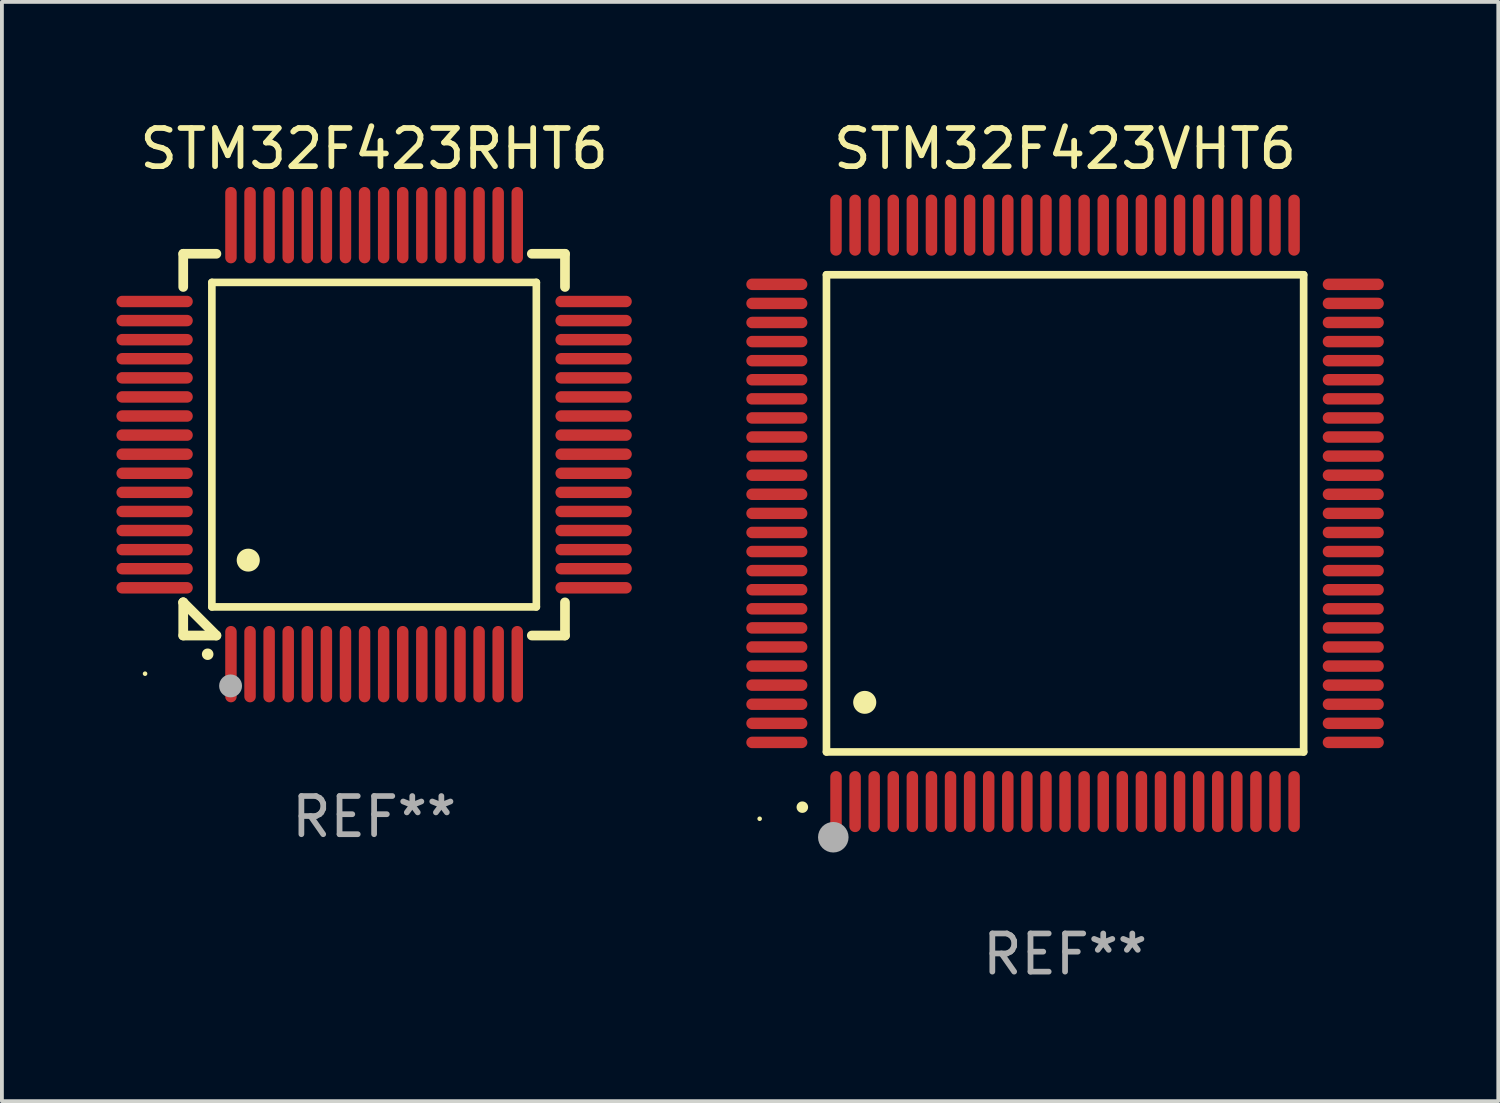
<source format=kicad_pcb>
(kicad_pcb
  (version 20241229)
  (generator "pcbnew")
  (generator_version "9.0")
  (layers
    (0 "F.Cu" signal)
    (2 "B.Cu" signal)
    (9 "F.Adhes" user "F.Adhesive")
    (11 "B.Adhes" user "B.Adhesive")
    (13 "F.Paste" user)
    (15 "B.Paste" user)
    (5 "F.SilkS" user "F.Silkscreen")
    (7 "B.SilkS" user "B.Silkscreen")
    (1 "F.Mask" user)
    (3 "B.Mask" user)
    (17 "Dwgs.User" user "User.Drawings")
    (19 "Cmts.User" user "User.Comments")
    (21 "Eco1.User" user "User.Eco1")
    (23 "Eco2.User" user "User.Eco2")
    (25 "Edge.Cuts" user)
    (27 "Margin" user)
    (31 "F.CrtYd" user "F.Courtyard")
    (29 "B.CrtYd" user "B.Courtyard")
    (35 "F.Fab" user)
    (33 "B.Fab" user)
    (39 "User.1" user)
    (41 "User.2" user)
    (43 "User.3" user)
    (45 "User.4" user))
  (footprint "STM32F423VHT6"
    (layer "F.Cu")
    (at 24.85 10.398)
    (property "Reference" "STM32F423VHT6" (at 0 -9.55 0) (layer "F.SilkS") (effects (font (size 1 1) (thickness 0.15))))
    (attr through_hole)
    (fp_line (start -6.25 -6.25) (end -6.25 6.25) (stroke (width 0.2) (type solid)) (layer "F.SilkS"))
    (fp_line (start -6.25 6.25) (end 6.25 6.25) (stroke (width 0.2) (type solid)) (layer "F.SilkS"))
    (fp_line (start 6.25 -6.25) (end -6.25 -6.25) (stroke (width 0.2) (type solid)) (layer "F.SilkS"))
    (fp_line (start 6.25 6.25) (end 6.25 -6.25) (stroke (width 0.2) (type solid)) (layer "F.SilkS"))
    (fp_arc (start -6.883414 7.696215) (mid -6.882144 7.69621) (end -6.880874 7.696215) (stroke (width 0.3) (type solid)) (layer "F.SilkS"))
    (fp_arc (start -5.250191 4.95047) (mid -5.247651 4.950459) (end -5.245111 4.95047) (stroke (width 0.6) (type solid)) (layer "F.SilkS"))
    (fp_circle (center -8 8) (end -7.97 8) (stroke (width 0.06) (type solid)) (fill no) (layer "F.SilkS"))
    (fp_circle (center -6.071 8.484) (end -5.871 8.484) (stroke (width 0.4) (type solid)) (fill no) (layer "F.Fab"))
    (fp_text user "REF**" (at 0 11.55 0) (layer "F.Fab") (effects (font (size 1 1) (thickness 0.15))))
    (pad "1" smd oval (at -6 7.55) (size 0.3 1.6) (layers "F.Cu" "F.Mask" "F.Paste"))
    (pad "2" smd oval (at -5.5 7.55) (size 0.3 1.6) (layers "F.Cu" "F.Mask" "F.Paste"))
    (pad "3" smd oval (at -5 7.55) (size 0.3 1.6) (layers "F.Cu" "F.Mask" "F.Paste"))
    (pad "4" smd oval (at -4.5 7.55) (size 0.3 1.6) (layers "F.Cu" "F.Mask" "F.Paste"))
    (pad "5" smd oval (at -4 7.55) (size 0.3 1.6) (layers "F.Cu" "F.Mask" "F.Paste"))
    (pad "6" smd oval (at -3.5 7.55) (size 0.3 1.6) (layers "F.Cu" "F.Mask" "F.Paste"))
    (pad "7" smd oval (at -3 7.55) (size 0.3 1.6) (layers "F.Cu" "F.Mask" "F.Paste"))
    (pad "8" smd oval (at -2.5 7.55) (size 0.3 1.6) (layers "F.Cu" "F.Mask" "F.Paste"))
    (pad "9" smd oval (at -2 7.55) (size 0.3 1.6) (layers "F.Cu" "F.Mask" "F.Paste"))
    (pad "10" smd oval (at -1.5 7.55) (size 0.3 1.6) (layers "F.Cu" "F.Mask" "F.Paste"))
    (pad "11" smd oval (at -1 7.55) (size 0.3 1.6) (layers "F.Cu" "F.Mask" "F.Paste"))
    (pad "12" smd oval (at -0.5 7.55) (size 0.3 1.6) (layers "F.Cu" "F.Mask" "F.Paste"))
    (pad "13" smd oval (at 0 7.55) (size 0.3 1.6) (layers "F.Cu" "F.Mask" "F.Paste"))
    (pad "14" smd oval (at 0.5 7.55) (size 0.3 1.6) (layers "F.Cu" "F.Mask" "F.Paste"))
    (pad "15" smd oval (at 1 7.55) (size 0.3 1.6) (layers "F.Cu" "F.Mask" "F.Paste"))
    (pad "16" smd oval (at 1.5 7.55) (size 0.3 1.6) (layers "F.Cu" "F.Mask" "F.Paste"))
    (pad "17" smd oval (at 2 7.55) (size 0.3 1.6) (layers "F.Cu" "F.Mask" "F.Paste"))
    (pad "18" smd oval (at 2.5 7.55) (size 0.3 1.6) (layers "F.Cu" "F.Mask" "F.Paste"))
    (pad "19" smd oval (at 3 7.55) (size 0.3 1.6) (layers "F.Cu" "F.Mask" "F.Paste"))
    (pad "20" smd oval (at 3.5 7.55) (size 0.3 1.6) (layers "F.Cu" "F.Mask" "F.Paste"))
    (pad "21" smd oval (at 4 7.55) (size 0.3 1.6) (layers "F.Cu" "F.Mask" "F.Paste"))
    (pad "22" smd oval (at 4.5 7.55) (size 0.3 1.6) (layers "F.Cu" "F.Mask" "F.Paste"))
    (pad "23" smd oval (at 5 7.55) (size 0.3 1.6) (layers "F.Cu" "F.Mask" "F.Paste"))
    (pad "24" smd oval (at 5.5 7.55) (size 0.3 1.6) (layers "F.Cu" "F.Mask" "F.Paste"))
    (pad "25" smd oval (at 6 7.55) (size 0.3 1.6) (layers "F.Cu" "F.Mask" "F.Paste"))
    (pad "26" smd oval (at 7.55 6) (size 1.6 0.3) (layers "F.Cu" "F.Mask" "F.Paste"))
    (pad "27" smd oval (at 7.55 5.5) (size 1.6 0.3) (layers "F.Cu" "F.Mask" "F.Paste"))
    (pad "28" smd oval (at 7.55 5) (size 1.6 0.3) (layers "F.Cu" "F.Mask" "F.Paste"))
    (pad "29" smd oval (at 7.55 4.5) (size 1.6 0.3) (layers "F.Cu" "F.Mask" "F.Paste"))
    (pad "30" smd oval (at 7.55 4) (size 1.6 0.3) (layers "F.Cu" "F.Mask" "F.Paste"))
    (pad "31" smd oval (at 7.55 3.5) (size 1.6 0.3) (layers "F.Cu" "F.Mask" "F.Paste"))
    (pad "32" smd oval (at 7.55 3) (size 1.6 0.3) (layers "F.Cu" "F.Mask" "F.Paste"))
    (pad "33" smd oval (at 7.55 2.5) (size 1.6 0.3) (layers "F.Cu" "F.Mask" "F.Paste"))
    (pad "34" smd oval (at 7.55 2) (size 1.6 0.3) (layers "F.Cu" "F.Mask" "F.Paste"))
    (pad "35" smd oval (at 7.55 1.5) (size 1.6 0.3) (layers "F.Cu" "F.Mask" "F.Paste"))
    (pad "36" smd oval (at 7.55 1) (size 1.6 0.3) (layers "F.Cu" "F.Mask" "F.Paste"))
    (pad "37" smd oval (at 7.55 0.5) (size 1.6 0.3) (layers "F.Cu" "F.Mask" "F.Paste"))
    (pad "38" smd oval (at 7.55 0) (size 1.6 0.3) (layers "F.Cu" "F.Mask" "F.Paste"))
    (pad "39" smd oval (at 7.55 -0.5) (size 1.6 0.3) (layers "F.Cu" "F.Mask" "F.Paste"))
    (pad "40" smd oval (at 7.55 -1) (size 1.6 0.3) (layers "F.Cu" "F.Mask" "F.Paste"))
    (pad "41" smd oval (at 7.55 -1.5) (size 1.6 0.3) (layers "F.Cu" "F.Mask" "F.Paste"))
    (pad "42" smd oval (at 7.55 -2) (size 1.6 0.3) (layers "F.Cu" "F.Mask" "F.Paste"))
    (pad "43" smd oval (at 7.55 -2.5) (size 1.6 0.3) (layers "F.Cu" "F.Mask" "F.Paste"))
    (pad "44" smd oval (at 7.55 -3) (size 1.6 0.3) (layers "F.Cu" "F.Mask" "F.Paste"))
    (pad "45" smd oval (at 7.55 -3.5) (size 1.6 0.3) (layers "F.Cu" "F.Mask" "F.Paste"))
    (pad "46" smd oval (at 7.55 -4) (size 1.6 0.3) (layers "F.Cu" "F.Mask" "F.Paste"))
    (pad "47" smd oval (at 7.55 -4.5) (size 1.6 0.3) (layers "F.Cu" "F.Mask" "F.Paste"))
    (pad "48" smd oval (at 7.55 -5) (size 1.6 0.3) (layers "F.Cu" "F.Mask" "F.Paste"))
    (pad "49" smd oval (at 7.55 -5.5) (size 1.6 0.3) (layers "F.Cu" "F.Mask" "F.Paste"))
    (pad "50" smd oval (at 7.55 -6) (size 1.6 0.3) (layers "F.Cu" "F.Mask" "F.Paste"))
    (pad "51" smd oval (at 6 -7.55) (size 0.3 1.6) (layers "F.Cu" "F.Mask" "F.Paste"))
    (pad "52" smd oval (at 5.5 -7.55) (size 0.3 1.6) (layers "F.Cu" "F.Mask" "F.Paste"))
    (pad "53" smd oval (at 5 -7.55) (size 0.3 1.6) (layers "F.Cu" "F.Mask" "F.Paste"))
    (pad "54" smd oval (at 4.5 -7.55) (size 0.3 1.6) (layers "F.Cu" "F.Mask" "F.Paste"))
    (pad "55" smd oval (at 4 -7.55) (size 0.3 1.6) (layers "F.Cu" "F.Mask" "F.Paste"))
    (pad "56" smd oval (at 3.5 -7.55) (size 0.3 1.6) (layers "F.Cu" "F.Mask" "F.Paste"))
    (pad "57" smd oval (at 3 -7.55) (size 0.3 1.6) (layers "F.Cu" "F.Mask" "F.Paste"))
    (pad "58" smd oval (at 2.5 -7.55) (size 0.3 1.6) (layers "F.Cu" "F.Mask" "F.Paste"))
    (pad "59" smd oval (at 2 -7.55) (size 0.3 1.6) (layers "F.Cu" "F.Mask" "F.Paste"))
    (pad "60" smd oval (at 1.5 -7.55) (size 0.3 1.6) (layers "F.Cu" "F.Mask" "F.Paste"))
    (pad "61" smd oval (at 1 -7.55) (size 0.3 1.6) (layers "F.Cu" "F.Mask" "F.Paste"))
    (pad "62" smd oval (at 0.5 -7.55) (size 0.3 1.6) (layers "F.Cu" "F.Mask" "F.Paste"))
    (pad "63" smd oval (at 0 -7.55) (size 0.3 1.6) (layers "F.Cu" "F.Mask" "F.Paste"))
    (pad "64" smd oval (at -0.5 -7.55) (size 0.3 1.6) (layers "F.Cu" "F.Mask" "F.Paste"))
    (pad "65" smd oval (at -1 -7.55) (size 0.3 1.6) (layers "F.Cu" "F.Mask" "F.Paste"))
    (pad "66" smd oval (at -1.5 -7.55) (size 0.3 1.6) (layers "F.Cu" "F.Mask" "F.Paste"))
    (pad "67" smd oval (at -2 -7.55) (size 0.3 1.6) (layers "F.Cu" "F.Mask" "F.Paste"))
    (pad "68" smd oval (at -2.5 -7.55) (size 0.3 1.6) (layers "F.Cu" "F.Mask" "F.Paste"))
    (pad "69" smd oval (at -3 -7.55) (size 0.3 1.6) (layers "F.Cu" "F.Mask" "F.Paste"))
    (pad "70" smd oval (at -3.5 -7.55) (size 0.3 1.6) (layers "F.Cu" "F.Mask" "F.Paste"))
    (pad "71" smd oval (at -4 -7.55) (size 0.3 1.6) (layers "F.Cu" "F.Mask" "F.Paste"))
    (pad "72" smd oval (at -4.5 -7.55) (size 0.3 1.6) (layers "F.Cu" "F.Mask" "F.Paste"))
    (pad "73" smd oval (at -5 -7.55) (size 0.3 1.6) (layers "F.Cu" "F.Mask" "F.Paste"))
    (pad "74" smd oval (at -5.5 -7.55) (size 0.3 1.6) (layers "F.Cu" "F.Mask" "F.Paste"))
    (pad "75" smd oval (at -6 -7.55) (size 0.3 1.6) (layers "F.Cu" "F.Mask" "F.Paste"))
    (pad "76" smd oval (at -7.55 -6) (size 1.6 0.3) (layers "F.Cu" "F.Mask" "F.Paste"))
    (pad "77" smd oval (at -7.55 -5.5) (size 1.6 0.3) (layers "F.Cu" "F.Mask" "F.Paste"))
    (pad "78" smd oval (at -7.55 -5) (size 1.6 0.3) (layers "F.Cu" "F.Mask" "F.Paste"))
    (pad "79" smd oval (at -7.55 -4.5) (size 1.6 0.3) (layers "F.Cu" "F.Mask" "F.Paste"))
    (pad "80" smd oval (at -7.55 -4) (size 1.6 0.3) (layers "F.Cu" "F.Mask" "F.Paste"))
    (pad "81" smd oval (at -7.55 -3.5) (size 1.6 0.3) (layers "F.Cu" "F.Mask" "F.Paste"))
    (pad "82" smd oval (at -7.55 -3) (size 1.6 0.3) (layers "F.Cu" "F.Mask" "F.Paste"))
    (pad "83" smd oval (at -7.55 -2.5) (size 1.6 0.3) (layers "F.Cu" "F.Mask" "F.Paste"))
    (pad "84" smd oval (at -7.55 -2) (size 1.6 0.3) (layers "F.Cu" "F.Mask" "F.Paste"))
    (pad "85" smd oval (at -7.55 -1.5) (size 1.6 0.3) (layers "F.Cu" "F.Mask" "F.Paste"))
    (pad "86" smd oval (at -7.55 -1) (size 1.6 0.3) (layers "F.Cu" "F.Mask" "F.Paste"))
    (pad "87" smd oval (at -7.55 -0.5) (size 1.6 0.3) (layers "F.Cu" "F.Mask" "F.Paste"))
    (pad "88" smd oval (at -7.55 0) (size 1.6 0.3) (layers "F.Cu" "F.Mask" "F.Paste"))
    (pad "89" smd oval (at -7.55 0.5) (size 1.6 0.3) (layers "F.Cu" "F.Mask" "F.Paste"))
    (pad "90" smd oval (at -7.55 1) (size 1.6 0.3) (layers "F.Cu" "F.Mask" "F.Paste"))
    (pad "91" smd oval (at -7.55 1.5) (size 1.6 0.3) (layers "F.Cu" "F.Mask" "F.Paste"))
    (pad "92" smd oval (at -7.55 2) (size 1.6 0.3) (layers "F.Cu" "F.Mask" "F.Paste"))
    (pad "93" smd oval (at -7.55 2.5) (size 1.6 0.3) (layers "F.Cu" "F.Mask" "F.Paste"))
    (pad "94" smd oval (at -7.55 3) (size 1.6 0.3) (layers "F.Cu" "F.Mask" "F.Paste"))
    (pad "95" smd oval (at -7.55 3.5) (size 1.6 0.3) (layers "F.Cu" "F.Mask" "F.Paste"))
    (pad "96" smd oval (at -7.55 4) (size 1.6 0.3) (layers "F.Cu" "F.Mask" "F.Paste"))
    (pad "97" smd oval (at -7.55 4.5) (size 1.6 0.3) (layers "F.Cu" "F.Mask" "F.Paste"))
    (pad "98" smd oval (at -7.55 5) (size 1.6 0.3) (layers "F.Cu" "F.Mask" "F.Paste"))
    (pad "99" smd oval (at -7.55 5.5) (size 1.6 0.3) (layers "F.Cu" "F.Mask" "F.Paste"))
    (pad "100" smd oval (at -7.55 6) (size 1.6 0.3) (layers "F.Cu" "F.Mask" "F.Paste")))
  (footprint "STM32F423RHT6"
    (layer "F.Cu")
    (at 6.75 8.598)
    (property "Reference" "STM32F423RHT6" (at 0 -7.75 0) (layer "F.SilkS") (effects (font (size 1 1) (thickness 0.15))))
    (attr through_hole)
    (fp_line (start -5 -5) (end -4.131 -5) (stroke (width 0.254) (type solid)) (layer "F.SilkS"))
    (fp_line (start -5 -4.131) (end -5 -5) (stroke (width 0.254) (type solid)) (layer "F.SilkS"))
    (fp_line (start -5 4.131) (end -5 4.131) (stroke (width 0.254) (type solid)) (layer "F.SilkS"))
    (fp_line (start -5 5) (end -5 4.131) (stroke (width 0.254) (type solid)) (layer "F.SilkS"))
    (fp_line (start -5 4.131) (end -4.131 5) (stroke (width 0.254) (type solid)) (layer "F.SilkS"))
    (fp_line (start -4.25 -4.25) (end -4.25 4.25) (stroke (width 0.2) (type solid)) (layer "F.SilkS"))
    (fp_line (start -4.25 4.25) (end 4.25 4.25) (stroke (width 0.2) (type solid)) (layer "F.SilkS"))
    (fp_line (start -4.131 5) (end -5 5) (stroke (width 0.254) (type solid)) (layer "F.SilkS"))
    (fp_line (start 4.25 -4.25) (end -4.25 -4.25) (stroke (width 0.2) (type solid)) (layer "F.SilkS"))
    (fp_line (start 4.25 4.25) (end 4.25 -4.25) (stroke (width 0.2) (type solid)) (layer "F.SilkS"))
    (fp_line (start 5 -5) (end 4.131 -5) (stroke (width 0.254) (type solid)) (layer "F.SilkS"))
    (fp_line (start 5 -5) (end 5 -4.131) (stroke (width 0.254) (type solid)) (layer "F.SilkS"))
    (fp_line (start 5 4.131) (end 5 5) (stroke (width 0.254) (type solid)) (layer "F.SilkS"))
    (fp_line (start 5 5) (end 4.131 5) (stroke (width 0.254) (type solid)) (layer "F.SilkS"))
    (fp_arc (start -4.361265 5.489992) (mid -4.359995 5.489987) (end -4.358725 5.489992) (stroke (width 0.3) (type solid)) (layer "F.SilkS"))
    (fp_arc (start -3.299467 3.025146) (mid -3.296927 3.025135) (end -3.294387 3.025146) (stroke (width 0.6) (type solid)) (layer "F.SilkS"))
    (fp_circle (center -6 6) (end -5.97 6) (stroke (width 0.06) (type solid)) (fill no) (layer "F.SilkS"))
    (fp_circle (center -3.76 6.32) (end -3.61 6.32) (stroke (width 0.3) (type solid)) (fill no) (layer "F.Fab"))
    (fp_text user "REF**" (at 0 9.75 0) (layer "F.Fab") (effects (font (size 1 1) (thickness 0.15))))
    (pad "1" smd oval (at -3.75 5.75) (size 0.3 2) (layers "F.Cu" "F.Mask" "F.Paste"))
    (pad "2" smd oval (at -3.25 5.75) (size 0.3 2) (layers "F.Cu" "F.Mask" "F.Paste"))
    (pad "3" smd oval (at -2.75 5.75) (size 0.3 2) (layers "F.Cu" "F.Mask" "F.Paste"))
    (pad "4" smd oval (at -2.25 5.75) (size 0.3 2) (layers "F.Cu" "F.Mask" "F.Paste"))
    (pad "5" smd oval (at -1.75 5.75) (size 0.3 2) (layers "F.Cu" "F.Mask" "F.Paste"))
    (pad "6" smd oval (at -1.25 5.75) (size 0.3 2) (layers "F.Cu" "F.Mask" "F.Paste"))
    (pad "7" smd oval (at -0.75 5.75) (size 0.3 2) (layers "F.Cu" "F.Mask" "F.Paste"))
    (pad "8" smd oval (at -0.25 5.75) (size 0.3 2) (layers "F.Cu" "F.Mask" "F.Paste"))
    (pad "9" smd oval (at 0.25 5.75) (size 0.3 2) (layers "F.Cu" "F.Mask" "F.Paste"))
    (pad "10" smd oval (at 0.75 5.75) (size 0.3 2) (layers "F.Cu" "F.Mask" "F.Paste"))
    (pad "11" smd oval (at 1.25 5.75) (size 0.3 2) (layers "F.Cu" "F.Mask" "F.Paste"))
    (pad "12" smd oval (at 1.75 5.75) (size 0.3 2) (layers "F.Cu" "F.Mask" "F.Paste"))
    (pad "13" smd oval (at 2.25 5.75) (size 0.3 2) (layers "F.Cu" "F.Mask" "F.Paste"))
    (pad "14" smd oval (at 2.75 5.75) (size 0.3 2) (layers "F.Cu" "F.Mask" "F.Paste"))
    (pad "15" smd oval (at 3.25 5.75) (size 0.3 2) (layers "F.Cu" "F.Mask" "F.Paste"))
    (pad "16" smd oval (at 3.75 5.75) (size 0.3 2) (layers "F.Cu" "F.Mask" "F.Paste"))
    (pad "17" smd oval (at 5.75 3.75) (size 2 0.3) (layers "F.Cu" "F.Mask" "F.Paste"))
    (pad "18" smd oval (at 5.75 3.25) (size 2 0.3) (layers "F.Cu" "F.Mask" "F.Paste"))
    (pad "19" smd oval (at 5.75 2.75) (size 2 0.3) (layers "F.Cu" "F.Mask" "F.Paste"))
    (pad "20" smd oval (at 5.75 2.25) (size 2 0.3) (layers "F.Cu" "F.Mask" "F.Paste"))
    (pad "21" smd oval (at 5.75 1.75) (size 2 0.3) (layers "F.Cu" "F.Mask" "F.Paste"))
    (pad "22" smd oval (at 5.75 1.25) (size 2 0.3) (layers "F.Cu" "F.Mask" "F.Paste"))
    (pad "23" smd oval (at 5.75 0.75) (size 2 0.3) (layers "F.Cu" "F.Mask" "F.Paste"))
    (pad "24" smd oval (at 5.75 0.25) (size 2 0.3) (layers "F.Cu" "F.Mask" "F.Paste"))
    (pad "25" smd oval (at 5.75 -0.25) (size 2 0.3) (layers "F.Cu" "F.Mask" "F.Paste"))
    (pad "26" smd oval (at 5.75 -0.75) (size 2 0.3) (layers "F.Cu" "F.Mask" "F.Paste"))
    (pad "27" smd oval (at 5.75 -1.25) (size 2 0.3) (layers "F.Cu" "F.Mask" "F.Paste"))
    (pad "28" smd oval (at 5.75 -1.75) (size 2 0.3) (layers "F.Cu" "F.Mask" "F.Paste"))
    (pad "29" smd oval (at 5.75 -2.25) (size 2 0.3) (layers "F.Cu" "F.Mask" "F.Paste"))
    (pad "30" smd oval (at 5.75 -2.75) (size 2 0.3) (layers "F.Cu" "F.Mask" "F.Paste"))
    (pad "31" smd oval (at 5.75 -3.25) (size 2 0.3) (layers "F.Cu" "F.Mask" "F.Paste"))
    (pad "32" smd oval (at 5.75 -3.75) (size 2 0.3) (layers "F.Cu" "F.Mask" "F.Paste"))
    (pad "33" smd oval (at 3.75 -5.75) (size 0.3 2) (layers "F.Cu" "F.Mask" "F.Paste"))
    (pad "34" smd oval (at 3.25 -5.75) (size 0.3 2) (layers "F.Cu" "F.Mask" "F.Paste"))
    (pad "35" smd oval (at 2.75 -5.75) (size 0.3 2) (layers "F.Cu" "F.Mask" "F.Paste"))
    (pad "36" smd oval (at 2.25 -5.75) (size 0.3 2) (layers "F.Cu" "F.Mask" "F.Paste"))
    (pad "37" smd oval (at 1.75 -5.75) (size 0.3 2) (layers "F.Cu" "F.Mask" "F.Paste"))
    (pad "38" smd oval (at 1.25 -5.75) (size 0.3 2) (layers "F.Cu" "F.Mask" "F.Paste"))
    (pad "39" smd oval (at 0.75 -5.75) (size 0.3 2) (layers "F.Cu" "F.Mask" "F.Paste"))
    (pad "40" smd oval (at 0.25 -5.75) (size 0.3 2) (layers "F.Cu" "F.Mask" "F.Paste"))
    (pad "41" smd oval (at -0.25 -5.75) (size 0.3 2) (layers "F.Cu" "F.Mask" "F.Paste"))
    (pad "42" smd oval (at -0.75 -5.75) (size 0.3 2) (layers "F.Cu" "F.Mask" "F.Paste"))
    (pad "43" smd oval (at -1.25 -5.75) (size 0.3 2) (layers "F.Cu" "F.Mask" "F.Paste"))
    (pad "44" smd oval (at -1.75 -5.75) (size 0.3 2) (layers "F.Cu" "F.Mask" "F.Paste"))
    (pad "45" smd oval (at -2.25 -5.75) (size 0.3 2) (layers "F.Cu" "F.Mask" "F.Paste"))
    (pad "46" smd oval (at -2.75 -5.75) (size 0.3 2) (layers "F.Cu" "F.Mask" "F.Paste"))
    (pad "47" smd oval (at -3.25 -5.75) (size 0.3 2) (layers "F.Cu" "F.Mask" "F.Paste"))
    (pad "48" smd oval (at -3.75 -5.75) (size 0.3 2) (layers "F.Cu" "F.Mask" "F.Paste"))
    (pad "49" smd oval (at -5.75 -3.75) (size 2 0.3) (layers "F.Cu" "F.Mask" "F.Paste"))
    (pad "50" smd oval (at -5.75 -3.25) (size 2 0.3) (layers "F.Cu" "F.Mask" "F.Paste"))
    (pad "51" smd oval (at -5.75 -2.75) (size 2 0.3) (layers "F.Cu" "F.Mask" "F.Paste"))
    (pad "52" smd oval (at -5.75 -2.25) (size 2 0.3) (layers "F.Cu" "F.Mask" "F.Paste"))
    (pad "53" smd oval (at -5.75 -1.75) (size 2 0.3) (layers "F.Cu" "F.Mask" "F.Paste"))
    (pad "54" smd oval (at -5.75 -1.25) (size 2 0.3) (layers "F.Cu" "F.Mask" "F.Paste"))
    (pad "55" smd oval (at -5.75 -0.75) (size 2 0.3) (layers "F.Cu" "F.Mask" "F.Paste"))
    (pad "56" smd oval (at -5.75 -0.25) (size 2 0.3) (layers "F.Cu" "F.Mask" "F.Paste"))
    (pad "57" smd oval (at -5.75 0.25) (size 2 0.3) (layers "F.Cu" "F.Mask" "F.Paste"))
    (pad "58" smd oval (at -5.75 0.75) (size 2 0.3) (layers "F.Cu" "F.Mask" "F.Paste"))
    (pad "59" smd oval (at -5.75 1.25) (size 2 0.3) (layers "F.Cu" "F.Mask" "F.Paste"))
    (pad "60" smd oval (at -5.75 1.75) (size 2 0.3) (layers "F.Cu" "F.Mask" "F.Paste"))
    (pad "61" smd oval (at -5.75 2.25) (size 2 0.3) (layers "F.Cu" "F.Mask" "F.Paste"))
    (pad "62" smd oval (at -5.75 2.75) (size 2 0.3) (layers "F.Cu" "F.Mask" "F.Paste"))
    (pad "63" smd oval (at -5.75 3.25) (size 2 0.3) (layers "F.Cu" "F.Mask" "F.Paste"))
    (pad "64" smd oval (at -5.75 3.75) (size 2 0.3) (layers "F.Cu" "F.Mask" "F.Paste")))
  (gr_rect
    (start -3 -3)
    (end 36.199 25.796)
    (stroke (width 0.1) (type default))
    (fill no)
    (layer "Edge.Cuts")))
</source>
